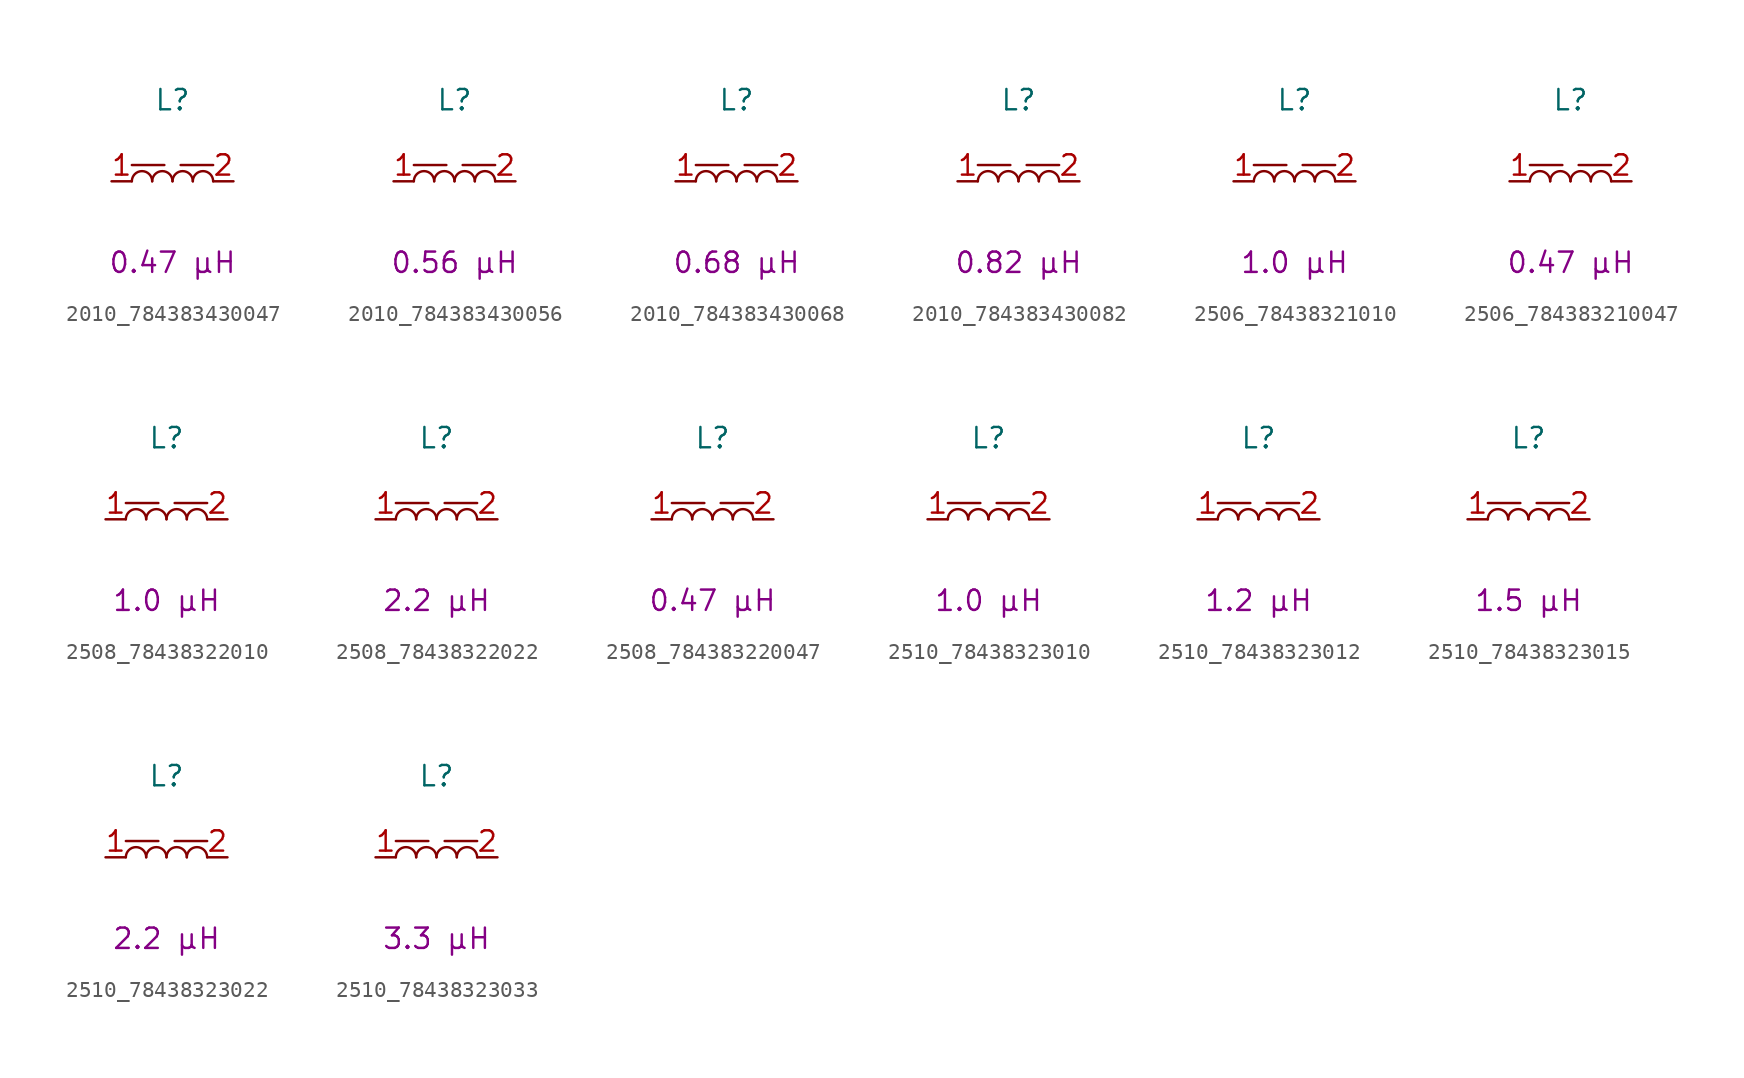
<source format=kicad_sym>
(kicad_symbol_lib
  (version 20220914)
  (generator kicad_symbol_editor)
  (symbol "2010_784383430047"
    (pin_names hide)
    (property "Reference" "L"
      (at 0 5.08 0)
      (effects (font (size 1.27 1.27))))
    (property "Critical Parameter" "0.47 µH"
      (at 0 -5.08 0)
      (effects (font (size 1.27 1.27))))
    (symbol "2010_784383430047_0_1"
      (arc (start -1.27 0) (mid -1.905 0.6323) (end -2.54 0) (stroke (width 0) (type default)) (fill (type none)))
      (arc (start 0 0) (mid -0.635 0.6323) (end -1.27 0) (stroke (width 0) (type default)) (fill (type none)))
      (polyline (pts (xy -2.54 1.016) (xy -0.508 1.016)) (stroke (width 0) (type default)) (fill (type none)))
      (arc (start 1.27 0) (mid 0.635 0.6323) (end 0 0) (stroke (width 0) (type default)) (fill (type none)))
      (arc (start 2.54 0) (mid 1.905 0.6323) (end 1.27 0) (stroke (width 0) (type default)) (fill (type none))))
    (symbol "2010_784383430047_1_1"
      (polyline (pts (xy 2.54 1.016) (xy 0.508 1.016)) (stroke (width 0) (type default)) (fill (type none)))
      (pin passive line (at -3.81 0 0) (length 1.27) (name "1" (effects (font (size 1.27 1.27)))) (number "1" (effects (font (size 1.27 1.27)))))
      (pin passive line (at 3.81 0 180) (length 1.27) (name "2" (effects (font (size 1.27 1.27)))) (number "2" (effects (font (size 1.27 1.27)))))))
  (symbol "2010_784383430056"
    (pin_names hide)
    (property "Reference" "L"
      (at 0 5.08 0)
      (effects (font (size 1.27 1.27))))
    (property "Critical Parameter" "0.56 µH"
      (at 0 -5.08 0)
      (effects (font (size 1.27 1.27))))
    (symbol "2010_784383430056_0_1"
      (arc (start -1.27 0) (mid -1.905 0.6323) (end -2.54 0) (stroke (width 0) (type default)) (fill (type none)))
      (arc (start 0 0) (mid -0.635 0.6323) (end -1.27 0) (stroke (width 0) (type default)) (fill (type none)))
      (polyline (pts (xy -2.54 1.016) (xy -0.508 1.016)) (stroke (width 0) (type default)) (fill (type none)))
      (arc (start 1.27 0) (mid 0.635 0.6323) (end 0 0) (stroke (width 0) (type default)) (fill (type none)))
      (arc (start 2.54 0) (mid 1.905 0.6323) (end 1.27 0) (stroke (width 0) (type default)) (fill (type none))))
    (symbol "2010_784383430056_1_1"
      (polyline (pts (xy 2.54 1.016) (xy 0.508 1.016)) (stroke (width 0) (type default)) (fill (type none)))
      (pin passive line (at -3.81 0 0) (length 1.27) (name "1" (effects (font (size 1.27 1.27)))) (number "1" (effects (font (size 1.27 1.27)))))
      (pin passive line (at 3.81 0 180) (length 1.27) (name "2" (effects (font (size 1.27 1.27)))) (number "2" (effects (font (size 1.27 1.27)))))))
  (symbol "2010_784383430068"
    (pin_names hide)
    (property "Reference" "L"
      (at 0 5.08 0)
      (effects (font (size 1.27 1.27))))
    (property "Critical Parameter" "0.68 µH"
      (at 0 -5.08 0)
      (effects (font (size 1.27 1.27))))
    (symbol "2010_784383430068_0_1"
      (arc (start -1.27 0) (mid -1.905 0.6323) (end -2.54 0) (stroke (width 0) (type default)) (fill (type none)))
      (arc (start 0 0) (mid -0.635 0.6323) (end -1.27 0) (stroke (width 0) (type default)) (fill (type none)))
      (polyline (pts (xy -2.54 1.016) (xy -0.508 1.016)) (stroke (width 0) (type default)) (fill (type none)))
      (arc (start 1.27 0) (mid 0.635 0.6323) (end 0 0) (stroke (width 0) (type default)) (fill (type none)))
      (arc (start 2.54 0) (mid 1.905 0.6323) (end 1.27 0) (stroke (width 0) (type default)) (fill (type none))))
    (symbol "2010_784383430068_1_1"
      (polyline (pts (xy 2.54 1.016) (xy 0.508 1.016)) (stroke (width 0) (type default)) (fill (type none)))
      (pin passive line (at -3.81 0 0) (length 1.27) (name "1" (effects (font (size 1.27 1.27)))) (number "1" (effects (font (size 1.27 1.27)))))
      (pin passive line (at 3.81 0 180) (length 1.27) (name "2" (effects (font (size 1.27 1.27)))) (number "2" (effects (font (size 1.27 1.27)))))))
  (symbol "2010_784383430082"
    (pin_names hide)
    (property "Reference" "L"
      (at 0 5.08 0)
      (effects (font (size 1.27 1.27))))
    (property "Critical Parameter" "0.82 µH"
      (at 0 -5.08 0)
      (effects (font (size 1.27 1.27))))
    (symbol "2010_784383430082_0_1"
      (arc (start -1.27 0) (mid -1.905 0.6323) (end -2.54 0) (stroke (width 0) (type default)) (fill (type none)))
      (arc (start 0 0) (mid -0.635 0.6323) (end -1.27 0) (stroke (width 0) (type default)) (fill (type none)))
      (polyline (pts (xy -2.54 1.016) (xy -0.508 1.016)) (stroke (width 0) (type default)) (fill (type none)))
      (arc (start 1.27 0) (mid 0.635 0.6323) (end 0 0) (stroke (width 0) (type default)) (fill (type none)))
      (arc (start 2.54 0) (mid 1.905 0.6323) (end 1.27 0) (stroke (width 0) (type default)) (fill (type none))))
    (symbol "2010_784383430082_1_1"
      (polyline (pts (xy 2.54 1.016) (xy 0.508 1.016)) (stroke (width 0) (type default)) (fill (type none)))
      (pin passive line (at -3.81 0 0) (length 1.27) (name "1" (effects (font (size 1.27 1.27)))) (number "1" (effects (font (size 1.27 1.27)))))
      (pin passive line (at 3.81 0 180) (length 1.27) (name "2" (effects (font (size 1.27 1.27)))) (number "2" (effects (font (size 1.27 1.27)))))))
  (symbol "2506_78438321010"
    (pin_names hide)
    (property "Reference" "L"
      (at 0 5.08 0)
      (effects (font (size 1.27 1.27))))
    (property "Critical Parameter" "1.0 µH"
      (at 0 -5.08 0)
      (effects (font (size 1.27 1.27))))
    (symbol "2506_78438321010_0_1"
      (arc (start -1.27 0) (mid -1.905 0.6323) (end -2.54 0) (stroke (width 0) (type default)) (fill (type none)))
      (arc (start 0 0) (mid -0.635 0.6323) (end -1.27 0) (stroke (width 0) (type default)) (fill (type none)))
      (polyline (pts (xy -2.54 1.016) (xy -0.508 1.016)) (stroke (width 0) (type default)) (fill (type none)))
      (arc (start 1.27 0) (mid 0.635 0.6323) (end 0 0) (stroke (width 0) (type default)) (fill (type none)))
      (arc (start 2.54 0) (mid 1.905 0.6323) (end 1.27 0) (stroke (width 0) (type default)) (fill (type none))))
    (symbol "2506_78438321010_1_1"
      (polyline (pts (xy 2.54 1.016) (xy 0.508 1.016)) (stroke (width 0) (type default)) (fill (type none)))
      (pin passive line (at -3.81 0 0) (length 1.27) (name "1" (effects (font (size 1.27 1.27)))) (number "1" (effects (font (size 1.27 1.27)))))
      (pin passive line (at 3.81 0 180) (length 1.27) (name "2" (effects (font (size 1.27 1.27)))) (number "2" (effects (font (size 1.27 1.27)))))))
  (symbol "2506_784383210047"
    (pin_names hide)
    (property "Reference" "L"
      (at 0 5.08 0)
      (effects (font (size 1.27 1.27))))
    (property "Critical Parameter" "0.47 µH"
      (at 0 -5.08 0)
      (effects (font (size 1.27 1.27))))
    (symbol "2506_784383210047_0_1"
      (arc (start -1.27 0) (mid -1.905 0.6323) (end -2.54 0) (stroke (width 0) (type default)) (fill (type none)))
      (arc (start 0 0) (mid -0.635 0.6323) (end -1.27 0) (stroke (width 0) (type default)) (fill (type none)))
      (polyline (pts (xy -2.54 1.016) (xy -0.508 1.016)) (stroke (width 0) (type default)) (fill (type none)))
      (arc (start 1.27 0) (mid 0.635 0.6323) (end 0 0) (stroke (width 0) (type default)) (fill (type none)))
      (arc (start 2.54 0) (mid 1.905 0.6323) (end 1.27 0) (stroke (width 0) (type default)) (fill (type none))))
    (symbol "2506_784383210047_1_1"
      (polyline (pts (xy 2.54 1.016) (xy 0.508 1.016)) (stroke (width 0) (type default)) (fill (type none)))
      (pin passive line (at -3.81 0 0) (length 1.27) (name "1" (effects (font (size 1.27 1.27)))) (number "1" (effects (font (size 1.27 1.27)))))
      (pin passive line (at 3.81 0 180) (length 1.27) (name "2" (effects (font (size 1.27 1.27)))) (number "2" (effects (font (size 1.27 1.27)))))))
  (symbol "2508_78438322010"
    (pin_names hide)
    (property "Reference" "L"
      (at 0 5.08 0)
      (effects (font (size 1.27 1.27))))
    (property "Critical Parameter" "1.0 µH"
      (at 0 -5.08 0)
      (effects (font (size 1.27 1.27))))
    (symbol "2508_78438322010_0_1"
      (arc (start -1.27 0) (mid -1.905 0.6323) (end -2.54 0) (stroke (width 0) (type default)) (fill (type none)))
      (arc (start 0 0) (mid -0.635 0.6323) (end -1.27 0) (stroke (width 0) (type default)) (fill (type none)))
      (polyline (pts (xy -2.54 1.016) (xy -0.508 1.016)) (stroke (width 0) (type default)) (fill (type none)))
      (arc (start 1.27 0) (mid 0.635 0.6323) (end 0 0) (stroke (width 0) (type default)) (fill (type none)))
      (arc (start 2.54 0) (mid 1.905 0.6323) (end 1.27 0) (stroke (width 0) (type default)) (fill (type none))))
    (symbol "2508_78438322010_1_1"
      (polyline (pts (xy 2.54 1.016) (xy 0.508 1.016)) (stroke (width 0) (type default)) (fill (type none)))
      (pin passive line (at -3.81 0 0) (length 1.27) (name "1" (effects (font (size 1.27 1.27)))) (number "1" (effects (font (size 1.27 1.27)))))
      (pin passive line (at 3.81 0 180) (length 1.27) (name "2" (effects (font (size 1.27 1.27)))) (number "2" (effects (font (size 1.27 1.27)))))))
  (symbol "2508_78438322022"
    (pin_names hide)
    (property "Reference" "L"
      (at 0 5.08 0)
      (effects (font (size 1.27 1.27))))
    (property "Critical Parameter" "2.2 µH"
      (at 0 -5.08 0)
      (effects (font (size 1.27 1.27))))
    (symbol "2508_78438322022_0_1"
      (arc (start -1.27 0) (mid -1.905 0.6323) (end -2.54 0) (stroke (width 0) (type default)) (fill (type none)))
      (arc (start 0 0) (mid -0.635 0.6323) (end -1.27 0) (stroke (width 0) (type default)) (fill (type none)))
      (polyline (pts (xy -2.54 1.016) (xy -0.508 1.016)) (stroke (width 0) (type default)) (fill (type none)))
      (arc (start 1.27 0) (mid 0.635 0.6323) (end 0 0) (stroke (width 0) (type default)) (fill (type none)))
      (arc (start 2.54 0) (mid 1.905 0.6323) (end 1.27 0) (stroke (width 0) (type default)) (fill (type none))))
    (symbol "2508_78438322022_1_1"
      (polyline (pts (xy 2.54 1.016) (xy 0.508 1.016)) (stroke (width 0) (type default)) (fill (type none)))
      (pin passive line (at -3.81 0 0) (length 1.27) (name "1" (effects (font (size 1.27 1.27)))) (number "1" (effects (font (size 1.27 1.27)))))
      (pin passive line (at 3.81 0 180) (length 1.27) (name "2" (effects (font (size 1.27 1.27)))) (number "2" (effects (font (size 1.27 1.27)))))))
  (symbol "2508_784383220047"
    (pin_names hide)
    (property "Reference" "L"
      (at 0 5.08 0)
      (effects (font (size 1.27 1.27))))
    (property "Critical Parameter" "0.47 µH"
      (at 0 -5.08 0)
      (effects (font (size 1.27 1.27))))
    (symbol "2508_784383220047_0_1"
      (arc (start -1.27 0) (mid -1.905 0.6323) (end -2.54 0) (stroke (width 0) (type default)) (fill (type none)))
      (arc (start 0 0) (mid -0.635 0.6323) (end -1.27 0) (stroke (width 0) (type default)) (fill (type none)))
      (polyline (pts (xy -2.54 1.016) (xy -0.508 1.016)) (stroke (width 0) (type default)) (fill (type none)))
      (arc (start 1.27 0) (mid 0.635 0.6323) (end 0 0) (stroke (width 0) (type default)) (fill (type none)))
      (arc (start 2.54 0) (mid 1.905 0.6323) (end 1.27 0) (stroke (width 0) (type default)) (fill (type none))))
    (symbol "2508_784383220047_1_1"
      (polyline (pts (xy 2.54 1.016) (xy 0.508 1.016)) (stroke (width 0) (type default)) (fill (type none)))
      (pin passive line (at -3.81 0 0) (length 1.27) (name "1" (effects (font (size 1.27 1.27)))) (number "1" (effects (font (size 1.27 1.27)))))
      (pin passive line (at 3.81 0 180) (length 1.27) (name "2" (effects (font (size 1.27 1.27)))) (number "2" (effects (font (size 1.27 1.27)))))))
  (symbol "2510_78438323010"
    (pin_names hide)
    (property "Reference" "L"
      (at 0 5.08 0)
      (effects (font (size 1.27 1.27))))
    (property "Critical Parameter" "1.0 µH"
      (at 0 -5.08 0)
      (effects (font (size 1.27 1.27))))
    (symbol "2510_78438323010_0_1"
      (arc (start -1.27 0) (mid -1.905 0.6323) (end -2.54 0) (stroke (width 0) (type default)) (fill (type none)))
      (arc (start 0 0) (mid -0.635 0.6323) (end -1.27 0) (stroke (width 0) (type default)) (fill (type none)))
      (polyline (pts (xy -2.54 1.016) (xy -0.508 1.016)) (stroke (width 0) (type default)) (fill (type none)))
      (arc (start 1.27 0) (mid 0.635 0.6323) (end 0 0) (stroke (width 0) (type default)) (fill (type none)))
      (arc (start 2.54 0) (mid 1.905 0.6323) (end 1.27 0) (stroke (width 0) (type default)) (fill (type none))))
    (symbol "2510_78438323010_1_1"
      (polyline (pts (xy 2.54 1.016) (xy 0.508 1.016)) (stroke (width 0) (type default)) (fill (type none)))
      (pin passive line (at -3.81 0 0) (length 1.27) (name "1" (effects (font (size 1.27 1.27)))) (number "1" (effects (font (size 1.27 1.27)))))
      (pin passive line (at 3.81 0 180) (length 1.27) (name "2" (effects (font (size 1.27 1.27)))) (number "2" (effects (font (size 1.27 1.27)))))))
  (symbol "2510_78438323012"
    (pin_names hide)
    (property "Reference" "L"
      (at 0 5.08 0)
      (effects (font (size 1.27 1.27))))
    (property "Critical Parameter" "1.2 µH"
      (at 0 -5.08 0)
      (effects (font (size 1.27 1.27))))
    (symbol "2510_78438323012_0_1"
      (arc (start -1.27 0) (mid -1.905 0.6323) (end -2.54 0) (stroke (width 0) (type default)) (fill (type none)))
      (arc (start 0 0) (mid -0.635 0.6323) (end -1.27 0) (stroke (width 0) (type default)) (fill (type none)))
      (polyline (pts (xy -2.54 1.016) (xy -0.508 1.016)) (stroke (width 0) (type default)) (fill (type none)))
      (arc (start 1.27 0) (mid 0.635 0.6323) (end 0 0) (stroke (width 0) (type default)) (fill (type none)))
      (arc (start 2.54 0) (mid 1.905 0.6323) (end 1.27 0) (stroke (width 0) (type default)) (fill (type none))))
    (symbol "2510_78438323012_1_1"
      (polyline (pts (xy 2.54 1.016) (xy 0.508 1.016)) (stroke (width 0) (type default)) (fill (type none)))
      (pin passive line (at -3.81 0 0) (length 1.27) (name "1" (effects (font (size 1.27 1.27)))) (number "1" (effects (font (size 1.27 1.27)))))
      (pin passive line (at 3.81 0 180) (length 1.27) (name "2" (effects (font (size 1.27 1.27)))) (number "2" (effects (font (size 1.27 1.27)))))))
  (symbol "2510_78438323015"
    (pin_names hide)
    (property "Reference" "L"
      (at 0 5.08 0)
      (effects (font (size 1.27 1.27))))
    (property "Critical Parameter" "1.5 µH"
      (at 0 -5.08 0)
      (effects (font (size 1.27 1.27))))
    (symbol "2510_78438323015_0_1"
      (arc (start -1.27 0) (mid -1.905 0.6323) (end -2.54 0) (stroke (width 0) (type default)) (fill (type none)))
      (arc (start 0 0) (mid -0.635 0.6323) (end -1.27 0) (stroke (width 0) (type default)) (fill (type none)))
      (polyline (pts (xy -2.54 1.016) (xy -0.508 1.016)) (stroke (width 0) (type default)) (fill (type none)))
      (arc (start 1.27 0) (mid 0.635 0.6323) (end 0 0) (stroke (width 0) (type default)) (fill (type none)))
      (arc (start 2.54 0) (mid 1.905 0.6323) (end 1.27 0) (stroke (width 0) (type default)) (fill (type none))))
    (symbol "2510_78438323015_1_1"
      (polyline (pts (xy 2.54 1.016) (xy 0.508 1.016)) (stroke (width 0) (type default)) (fill (type none)))
      (pin passive line (at -3.81 0 0) (length 1.27) (name "1" (effects (font (size 1.27 1.27)))) (number "1" (effects (font (size 1.27 1.27)))))
      (pin passive line (at 3.81 0 180) (length 1.27) (name "2" (effects (font (size 1.27 1.27)))) (number "2" (effects (font (size 1.27 1.27)))))))
  (symbol "2510_78438323022"
    (pin_names hide)
    (property "Reference" "L"
      (at 0 5.08 0)
      (effects (font (size 1.27 1.27))))
    (property "Critical Parameter" "2.2 µH"
      (at 0 -5.08 0)
      (effects (font (size 1.27 1.27))))
    (symbol "2510_78438323022_0_1"
      (arc (start -1.27 0) (mid -1.905 0.6323) (end -2.54 0) (stroke (width 0) (type default)) (fill (type none)))
      (arc (start 0 0) (mid -0.635 0.6323) (end -1.27 0) (stroke (width 0) (type default)) (fill (type none)))
      (polyline (pts (xy -2.54 1.016) (xy -0.508 1.016)) (stroke (width 0) (type default)) (fill (type none)))
      (arc (start 1.27 0) (mid 0.635 0.6323) (end 0 0) (stroke (width 0) (type default)) (fill (type none)))
      (arc (start 2.54 0) (mid 1.905 0.6323) (end 1.27 0) (stroke (width 0) (type default)) (fill (type none))))
    (symbol "2510_78438323022_1_1"
      (polyline (pts (xy 2.54 1.016) (xy 0.508 1.016)) (stroke (width 0) (type default)) (fill (type none)))
      (pin passive line (at -3.81 0 0) (length 1.27) (name "1" (effects (font (size 1.27 1.27)))) (number "1" (effects (font (size 1.27 1.27)))))
      (pin passive line (at 3.81 0 180) (length 1.27) (name "2" (effects (font (size 1.27 1.27)))) (number "2" (effects (font (size 1.27 1.27)))))))
  (symbol "2510_78438323033"
    (pin_names hide)
    (property "Reference" "L"
      (at 0 5.08 0)
      (effects (font (size 1.27 1.27))))
    (property "Critical Parameter" "3.3 µH"
      (at 0 -5.08 0)
      (effects (font (size 1.27 1.27))))
    (symbol "2510_78438323033_0_1"
      (arc (start -1.27 0) (mid -1.905 0.6323) (end -2.54 0) (stroke (width 0) (type default)) (fill (type none)))
      (arc (start 0 0) (mid -0.635 0.6323) (end -1.27 0) (stroke (width 0) (type default)) (fill (type none)))
      (polyline (pts (xy -2.54 1.016) (xy -0.508 1.016)) (stroke (width 0) (type default)) (fill (type none)))
      (arc (start 1.27 0) (mid 0.635 0.6323) (end 0 0) (stroke (width 0) (type default)) (fill (type none)))
      (arc (start 2.54 0) (mid 1.905 0.6323) (end 1.27 0) (stroke (width 0) (type default)) (fill (type none))))
    (symbol "2510_78438323033_1_1"
      (polyline (pts (xy 2.54 1.016) (xy 0.508 1.016)) (stroke (width 0) (type default)) (fill (type none)))
      (pin passive line (at -3.81 0 0) (length 1.27) (name "1" (effects (font (size 1.27 1.27)))) (number "1" (effects (font (size 1.27 1.27)))))
      (pin passive line (at 3.81 0 180) (length 1.27) (name "2" (effects (font (size 1.27 1.27)))) (number "2" (effects (font (size 1.27 1.27))))))))
</source>
